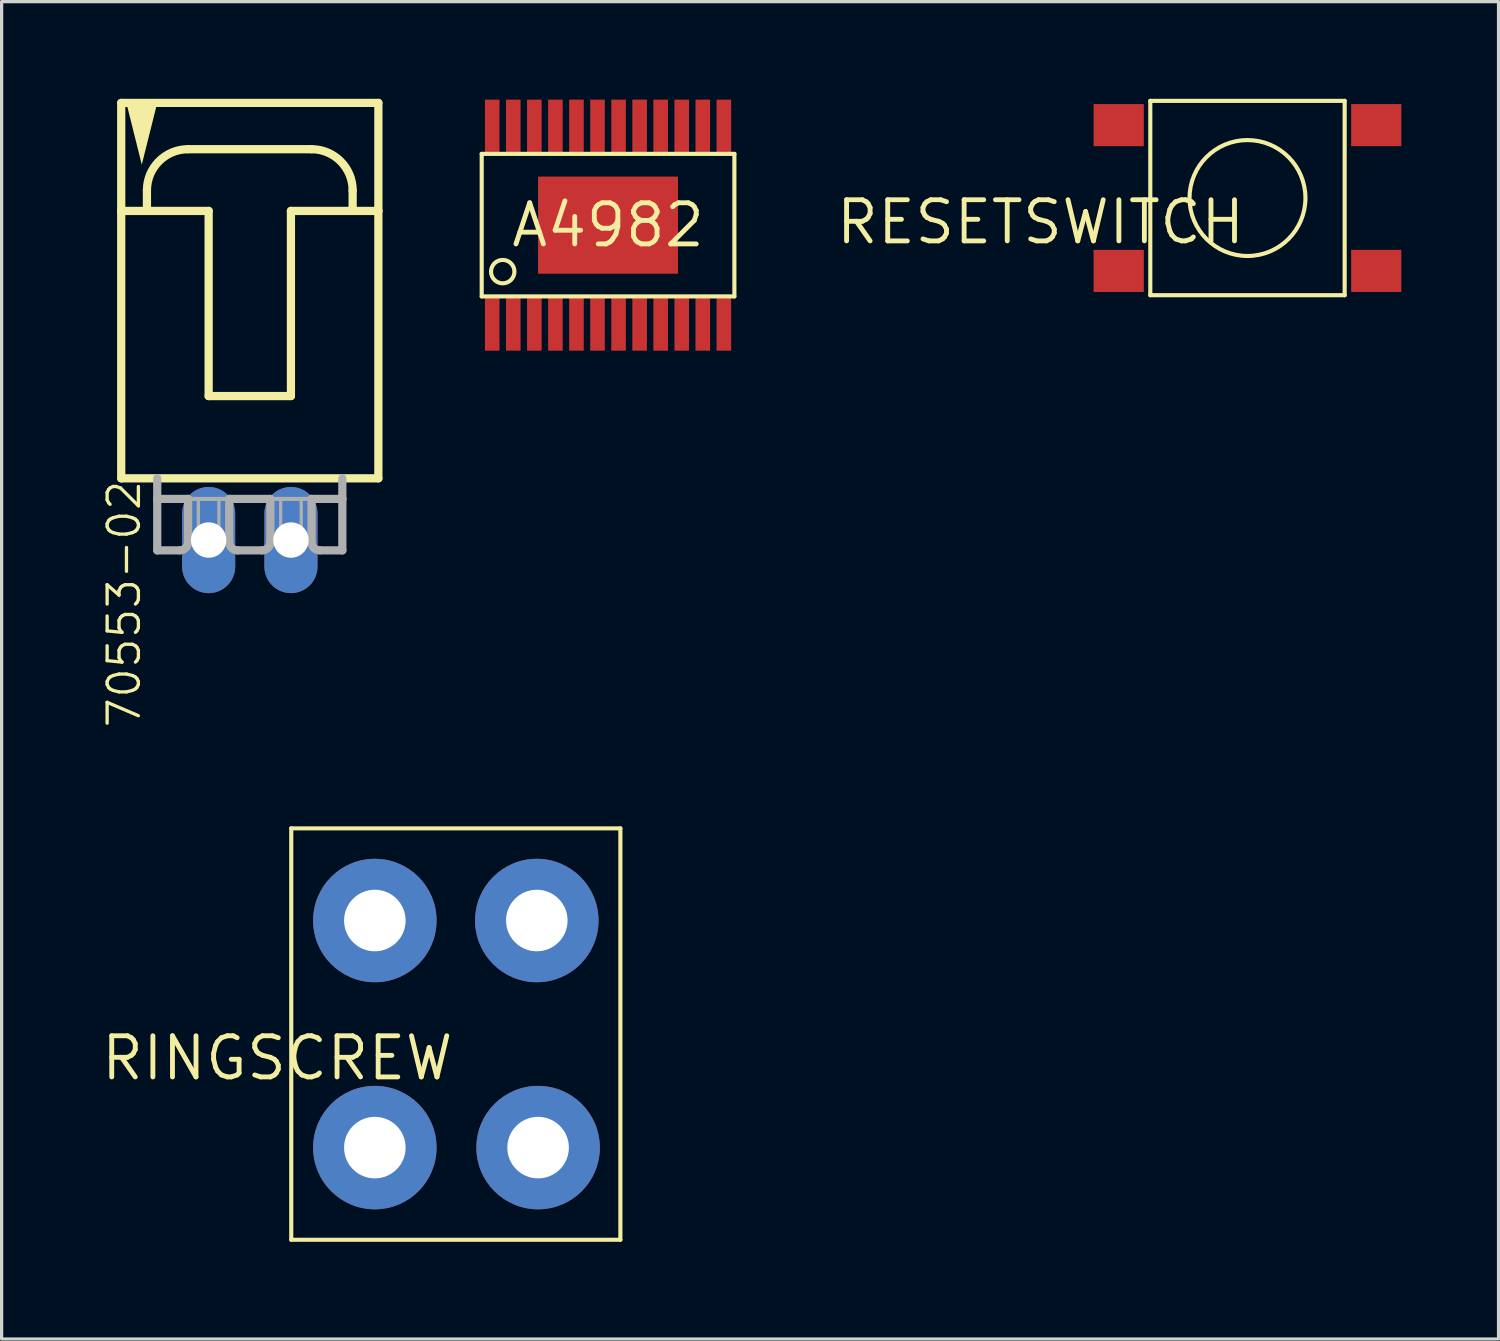
<source format=kicad_pcb>
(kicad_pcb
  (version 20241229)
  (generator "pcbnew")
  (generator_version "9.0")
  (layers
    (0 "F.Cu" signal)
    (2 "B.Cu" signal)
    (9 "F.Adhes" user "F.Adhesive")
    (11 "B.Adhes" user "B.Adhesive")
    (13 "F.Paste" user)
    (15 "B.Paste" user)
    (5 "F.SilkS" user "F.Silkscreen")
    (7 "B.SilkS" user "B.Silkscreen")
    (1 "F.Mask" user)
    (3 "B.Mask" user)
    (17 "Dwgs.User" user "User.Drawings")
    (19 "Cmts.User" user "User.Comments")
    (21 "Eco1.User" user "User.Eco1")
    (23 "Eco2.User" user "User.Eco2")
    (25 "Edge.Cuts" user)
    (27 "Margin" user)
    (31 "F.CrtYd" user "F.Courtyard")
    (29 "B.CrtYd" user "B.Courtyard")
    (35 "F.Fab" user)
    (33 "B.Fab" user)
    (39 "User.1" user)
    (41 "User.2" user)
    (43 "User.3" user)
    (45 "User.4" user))
  (footprint "A4982"
    (layer "F.Cu")
    (at 15.72 3.9)
    (property "Reference" "A4982" (at 0 0 0) (layer "F.SilkS") (effects (font (size 1.27 1.27) (thickness 0.15))))
    (attr through_hole)
    (fp_poly (pts (xy -3.85 -2.2) (xy -3.3 -2.2) (xy -3.3 -3.9) (xy -3.85 -3.9)) (stroke (width 0) (type solid)) (fill yes) (layer "F.Mask"))
    (fp_poly (pts (xy -3.85 3.9) (xy -3.3 3.9) (xy -3.3 2.2) (xy -3.85 2.2)) (stroke (width 0) (type solid)) (fill yes) (layer "F.Mask"))
    (fp_poly (pts (xy -3.2 -2.2) (xy -2.65 -2.2) (xy -2.65 -3.9) (xy -3.2 -3.9)) (stroke (width 0) (type solid)) (fill yes) (layer "F.Mask"))
    (fp_poly (pts (xy -3.2 3.9) (xy -2.65 3.9) (xy -2.65 2.2) (xy -3.2 2.2)) (stroke (width 0) (type solid)) (fill yes) (layer "F.Mask"))
    (fp_poly (pts (xy -2.55 -2.2) (xy -2 -2.2) (xy -2 -3.9) (xy -2.55 -3.9)) (stroke (width 0) (type solid)) (fill yes) (layer "F.Mask"))
    (fp_poly (pts (xy -2.55 3.9) (xy -2 3.9) (xy -2 2.2) (xy -2.55 2.2)) (stroke (width 0) (type solid)) (fill yes) (layer "F.Mask"))
    (fp_poly (pts (xy -1.9 -2.2) (xy -1.35 -2.2) (xy -1.35 -3.9) (xy -1.9 -3.9)) (stroke (width 0) (type solid)) (fill yes) (layer "F.Mask"))
    (fp_poly (pts (xy -1.9 3.9) (xy -1.35 3.9) (xy -1.35 2.2) (xy -1.9 2.2)) (stroke (width 0) (type solid)) (fill yes) (layer "F.Mask"))
    (fp_poly (pts (xy -1.25 -2.2) (xy -0.7 -2.2) (xy -0.7 -3.9) (xy -1.25 -3.9)) (stroke (width 0) (type solid)) (fill yes) (layer "F.Mask"))
    (fp_poly (pts (xy -1.25 3.9) (xy -0.7 3.9) (xy -0.7 2.2) (xy -1.25 2.2)) (stroke (width 0) (type solid)) (fill yes) (layer "F.Mask"))
    (fp_poly (pts (xy -0.6 -2.2) (xy -0.05 -2.2) (xy -0.05 -3.9) (xy -0.6 -3.9)) (stroke (width 0) (type solid)) (fill yes) (layer "F.Mask"))
    (fp_poly (pts (xy -0.6 3.9) (xy -0.05 3.9) (xy -0.05 2.2) (xy -0.6 2.2)) (stroke (width 0) (type solid)) (fill yes) (layer "F.Mask"))
    (fp_poly (pts (xy 0.05 -2.2) (xy 0.6 -2.2) (xy 0.6 -3.9) (xy 0.05 -3.9)) (stroke (width 0) (type solid)) (fill yes) (layer "F.Mask"))
    (fp_poly (pts (xy 0.05 3.9) (xy 0.6 3.9) (xy 0.6 2.2) (xy 0.05 2.2)) (stroke (width 0) (type solid)) (fill yes) (layer "F.Mask"))
    (fp_poly (pts (xy 0.7 -2.2) (xy 1.25 -2.2) (xy 1.25 -3.9) (xy 0.7 -3.9)) (stroke (width 0) (type solid)) (fill yes) (layer "F.Mask"))
    (fp_poly (pts (xy 0.7 3.9) (xy 1.25 3.9) (xy 1.25 2.2) (xy 0.7 2.2)) (stroke (width 0) (type solid)) (fill yes) (layer "F.Mask"))
    (fp_poly (pts (xy 1.35 -2.2) (xy 1.9 -2.2) (xy 1.9 -3.9) (xy 1.35 -3.9)) (stroke (width 0) (type solid)) (fill yes) (layer "F.Mask"))
    (fp_poly (pts (xy 1.35 3.9) (xy 1.9 3.9) (xy 1.9 2.2) (xy 1.35 2.2)) (stroke (width 0) (type solid)) (fill yes) (layer "F.Mask"))
    (fp_poly (pts (xy 2 -2.2) (xy 2.55 -2.2) (xy 2.55 -3.9) (xy 2 -3.9)) (stroke (width 0) (type solid)) (fill yes) (layer "F.Mask"))
    (fp_poly (pts (xy 2 3.9) (xy 2.55 3.9) (xy 2.55 2.2) (xy 2 2.2)) (stroke (width 0) (type solid)) (fill yes) (layer "F.Mask"))
    (fp_poly (pts (xy 2.65 -2.2) (xy 3.2 -2.2) (xy 3.2 -3.9) (xy 2.65 -3.9)) (stroke (width 0) (type solid)) (fill yes) (layer "F.Mask"))
    (fp_poly (pts (xy 2.65 3.9) (xy 3.2 3.9) (xy 3.2 2.2) (xy 2.65 2.2)) (stroke (width 0) (type solid)) (fill yes) (layer "F.Mask"))
    (fp_poly (pts (xy 3.3 -2.2) (xy 3.85 -2.2) (xy 3.85 -3.9) (xy 3.3 -3.9)) (stroke (width 0) (type solid)) (fill yes) (layer "F.Mask"))
    (fp_poly (pts (xy 3.3 3.9) (xy 3.85 3.9) (xy 3.85 2.2) (xy 3.3 2.2)) (stroke (width 0) (type solid)) (fill yes) (layer "F.Mask"))
    (fp_line (start -3.9 -2.2) (end 3.9 -2.2) (stroke (width 0.127) (type solid)) (layer "F.SilkS"))
    (fp_line (start -3.9 2.2) (end -3.9 -2.2) (stroke (width 0.127) (type solid)) (layer "F.SilkS"))
    (fp_line (start 3.9 -2.2) (end 3.9 2.2) (stroke (width 0.127) (type solid)) (layer "F.SilkS"))
    (fp_line (start 3.9 2.2) (end -3.9 2.2) (stroke (width 0.127) (type solid)) (layer "F.SilkS"))
    (fp_circle (center -3.251 1.435) (end -2.89 1.435) (stroke (width 0.127) (type solid)) (fill no) (layer "F.SilkS"))
    (pad "!ENABLE!" smd rect (at -2.925 -3.05) (size 0.45 1.65) (layers "F.Cu" "F.Mask" "F.Paste"))
    (pad "!RESET!" smd rect (at 0.325 3.05 180) (size 0.45 1.65) (layers "F.Cu" "F.Mask" "F.Paste"))
    (pad "!SLEEP!" smd rect (at 1.625 3.05 180) (size 0.45 1.65) (layers "F.Cu" "F.Mask" "F.Paste"))
    (pad "CP1" smd rect (at -3.575 3.05) (size 0.45 1.65) (layers "F.Cu" "F.Mask" "F.Paste"))
    (pad "CP2" smd rect (at -2.925 3.05) (size 0.45 1.65) (layers "F.Cu" "F.Mask" "F.Paste"))
    (pad "DIR" smd rect (at 2.925 -3.05 180) (size 0.45 1.65) (layers "F.Cu" "F.Mask" "F.Paste"))
    (pad "GND" smd rect (at 3.575 -3.05) (size 0.45 1.65) (layers "F.Cu" "F.Mask" "F.Paste"))
    (pad "GND@1" smd rect (at -3.575 -3.05 180) (size 0.45 1.65) (layers "F.Cu" "F.Mask" "F.Paste"))
    (pad "GND@2" smd rect (at 0 0) (size 4.32 3) (layers "F.Cu" "F.Mask" "F.Paste"))
    (pad "MS1" smd rect (at -0.975 3.05 180) (size 0.45 1.65) (layers "F.Cu" "F.Mask" "F.Paste"))
    (pad "MS2" smd rect (at -0.325 3.05) (size 0.45 1.65) (layers "F.Cu" "F.Mask" "F.Paste"))
    (pad "OUT1A" smd rect (at 0.325 -3.05 180) (size 0.45 1.65) (layers "F.Cu" "F.Mask" "F.Paste"))
    (pad "OUT1B" smd rect (at 2.275 -3.05 180) (size 0.45 1.65) (layers "F.Cu" "F.Mask" "F.Paste"))
    (pad "OUT2A" smd rect (at -0.325 -3.05) (size 0.45 1.65) (layers "F.Cu" "F.Mask" "F.Paste"))
    (pad "OUT2B" smd rect (at -2.275 -3.05 180) (size 0.45 1.65) (layers "F.Cu" "F.Mask" "F.Paste"))
    (pad "REF" smd rect (at 3.575 3.05) (size 0.45 1.65) (layers "F.Cu" "F.Mask" "F.Paste"))
    (pad "ROSC" smd rect (at 0.975 3.05) (size 0.45 1.65) (layers "F.Cu" "F.Mask" "F.Paste"))
    (pad "SENSE1" smd rect (at 0.975 -3.05) (size 0.45 1.65) (layers "F.Cu" "F.Mask" "F.Paste"))
    (pad "SENSE2" smd rect (at -0.975 -3.05 180) (size 0.45 1.65) (layers "F.Cu" "F.Mask" "F.Paste"))
    (pad "STEP" smd rect (at 2.925 3.05 180) (size 0.45 1.65) (layers "F.Cu" "F.Mask" "F.Paste"))
    (pad "VBB1" smd rect (at 1.625 -3.05 180) (size 0.45 1.65) (layers "F.Cu" "F.Mask" "F.Paste"))
    (pad "VBB2" smd rect (at -1.625 -3.05 180) (size 0.45 1.65) (layers "F.Cu" "F.Mask" "F.Paste"))
    (pad "VCP" smd rect (at -2.275 3.05 180) (size 0.45 1.65) (layers "F.Cu" "F.Mask" "F.Paste"))
    (pad "VDD" smd rect (at 2.275 3.05 180) (size 0.45 1.65) (layers "F.Cu" "F.Mask" "F.Paste"))
    (pad "VREG" smd rect (at -1.625 3.05 180) (size 0.45 1.65) (layers "F.Cu" "F.Mask" "F.Paste")))
  (footprint "70553-02"
    (layer "F.Cu")
    (at 4.661 6.001)
    (property "Reference" "70553-02" (at -4.445 5.715 90) (layer "F.SilkS") (effects (font (size 0.965 0.965) (thickness 0.102)) (justify right top)))
    (attr through_hole)
    (fp_line (start -3.969 -5.874) (end -3.969 -2.54) (stroke (width 0.254) (type solid)) (layer "F.SilkS"))
    (fp_line (start -3.969 -2.54) (end -3.969 5.715) (stroke (width 0.254) (type solid)) (layer "F.SilkS"))
    (fp_line (start -3.969 -2.54) (end -3.175 -2.54) (stroke (width 0.254) (type solid)) (layer "F.SilkS"))
    (fp_line (start -3.969 5.715) (end 3.969 5.715) (stroke (width 0.254) (type solid)) (layer "F.SilkS"))
    (fp_line (start -3.175 -2.54) (end -3.175 -3.175) (stroke (width 0.254) (type solid)) (layer "F.SilkS"))
    (fp_line (start -3.175 -2.54) (end -1.27 -2.54) (stroke (width 0.254) (type solid)) (layer "F.SilkS"))
    (fp_line (start -1.905 -4.445) (end 1.905 -4.445) (stroke (width 0.254) (type solid)) (layer "F.SilkS"))
    (fp_line (start -1.27 -2.54) (end -1.27 3.175) (stroke (width 0.254) (type solid)) (layer "F.SilkS"))
    (fp_line (start -1.27 3.175) (end 1.27 3.175) (stroke (width 0.254) (type solid)) (layer "F.SilkS"))
    (fp_line (start 1.27 -2.54) (end 3.175 -2.54) (stroke (width 0.254) (type solid)) (layer "F.SilkS"))
    (fp_line (start 1.27 3.175) (end 1.27 -2.54) (stroke (width 0.254) (type solid)) (layer "F.SilkS"))
    (fp_line (start 3.175 -3.175) (end 3.175 -2.54) (stroke (width 0.254) (type solid)) (layer "F.SilkS"))
    (fp_line (start 3.175 -2.54) (end 3.969 -2.54) (stroke (width 0.254) (type solid)) (layer "F.SilkS"))
    (fp_line (start 3.969 -5.874) (end -3.969 -5.874) (stroke (width 0.254) (type solid)) (layer "F.SilkS"))
    (fp_line (start 3.969 -2.54) (end 3.969 -5.874) (stroke (width 0.254) (type solid)) (layer "F.SilkS"))
    (fp_line (start 3.969 5.715) (end 3.969 -2.54) (stroke (width 0.254) (type solid)) (layer "F.SilkS"))
    (fp_arc (start -3.175 -3.175) (mid -2.803026 -4.073026) (end -1.905 -4.445) (stroke (width 0.254) (type solid)) (layer "F.SilkS"))
    (fp_arc (start 1.905 -4.445) (mid 2.803026 -4.073026) (end 3.175 -3.175) (stroke (width 0.254) (type solid)) (layer "F.SilkS"))
    (fp_poly (pts (xy -3.81 -5.874) (xy -3.334 -3.969) (xy -2.857 -5.874)) (stroke (width 0) (type solid)) (fill yes) (layer "F.SilkS"))
    (fp_line (start -2.857 5.715) (end -2.857 6.35) (stroke (width 0.254) (type solid)) (layer "F.Fab"))
    (fp_line (start -2.857 6.35) (end -2.857 7.938) (stroke (width 0.254) (type solid)) (layer "F.Fab"))
    (fp_line (start -2.857 6.35) (end -1.905 6.35) (stroke (width 0.254) (type solid)) (layer "F.Fab"))
    (fp_line (start -2.159 7.938) (end -2.857 7.938) (stroke (width 0.254) (type solid)) (layer "F.Fab"))
    (fp_line (start -1.905 6.35) (end -1.905 7.684) (stroke (width 0.254) (type solid)) (layer "F.Fab"))
    (fp_line (start -1.905 6.35) (end -0.635 6.35) (stroke (width 0.127) (type solid)) (layer "F.Fab"))
    (fp_line (start -0.635 6.35) (end -0.635 7.684) (stroke (width 0.254) (type solid)) (layer "F.Fab"))
    (fp_line (start -0.635 6.35) (end 0.635 6.35) (stroke (width 0.254) (type solid)) (layer "F.Fab"))
    (fp_line (start 0.381 7.938) (end -0.381 7.938) (stroke (width 0.254) (type solid)) (layer "F.Fab"))
    (fp_line (start 0.635 6.35) (end 0.635 7.684) (stroke (width 0.254) (type solid)) (layer "F.Fab"))
    (fp_line (start 0.635 6.35) (end 1.905 6.35) (stroke (width 0.127) (type solid)) (layer "F.Fab"))
    (fp_line (start 1.905 6.35) (end 1.905 7.684) (stroke (width 0.254) (type solid)) (layer "F.Fab"))
    (fp_line (start 1.905 6.35) (end 2.857 6.35) (stroke (width 0.254) (type solid)) (layer "F.Fab"))
    (fp_line (start 2.159 7.938) (end 2.857 7.938) (stroke (width 0.254) (type solid)) (layer "F.Fab"))
    (fp_line (start 2.857 6.35) (end 2.857 5.715) (stroke (width 0.254) (type solid)) (layer "F.Fab"))
    (fp_line (start 2.857 7.938) (end 2.857 6.35) (stroke (width 0.254) (type solid)) (layer "F.Fab"))
    (fp_arc (start -1.905 7.6835) (mid -1.979395 7.863105) (end -2.159 7.9375) (stroke (width 0.254) (type solid)) (layer "F.Fab"))
    (fp_arc (start -0.381 7.9375) (mid -0.560605 7.863105) (end -0.635 7.6835) (stroke (width 0.254) (type solid)) (layer "F.Fab"))
    (fp_arc (start 0.635 7.6835) (mid 0.560605 7.863105) (end 0.381 7.9375) (stroke (width 0.254) (type solid)) (layer "F.Fab"))
    (fp_arc (start 2.159 7.9375) (mid 1.979395 7.863105) (end 1.905 7.6835) (stroke (width 0.254) (type solid)) (layer "F.Fab"))
    (fp_poly (pts (xy -1.587 7.62) (xy -0.953 7.62) (xy -0.953 6.35) (xy -1.587 6.35)) (stroke (width 0.1) (type solid)) (fill no) (layer "F.Fab"))
    (fp_poly (pts (xy 0.953 7.62) (xy 1.587 7.62) (xy 1.587 6.35) (xy 0.953 6.35)) (stroke (width 0.1) (type solid)) (fill no) (layer "F.Fab"))
    (pad "1" thru_hole oval (at -1.27 7.62 90) (size 3.277 1.638) (drill 1.092) (layers "*.Cu" "*.Mask"))
    (pad "2" thru_hole oval (at 1.27 7.62 90) (size 3.277 1.638) (drill 1.092) (layers "*.Cu" "*.Mask")))
  (footprint "RESETSWITCH"
    (layer "F.Cu")
    (at 35.459 3.063)
    (property "Reference" "RESETSWITCH" (at 0 0 0) (layer "F.SilkS") (effects (font (size 1.27 1.27) (thickness 0.15)) (justify right top)))
    (attr through_hole)
    (fp_line (start -3 -3) (end -3 3) (stroke (width 0.127) (type solid)) (layer "F.SilkS"))
    (fp_line (start -3 3) (end 3 3) (stroke (width 0.127) (type solid)) (layer "F.SilkS"))
    (fp_line (start 3 -3) (end -3 -3) (stroke (width 0.127) (type solid)) (layer "F.SilkS"))
    (fp_line (start 3 3) (end 3 -3) (stroke (width 0.127) (type solid)) (layer "F.SilkS"))
    (fp_circle (center 0 0) (end 1.789 0) (stroke (width 0.127) (type solid)) (fill no) (layer "F.SilkS"))
    (pad "1" smd rect (at -3.975 -2.25) (size 1.55 1.3) (layers "F.Cu" "F.Mask" "F.Paste"))
    (pad "2" smd rect (at 3.975 -2.25) (size 1.55 1.3) (layers "F.Cu" "F.Mask" "F.Paste"))
    (pad "3" smd rect (at -3.975 2.25) (size 1.55 1.3) (layers "F.Cu" "F.Mask" "F.Paste"))
    (pad "4" smd rect (at 3.975 2.25) (size 1.55 1.3) (layers "F.Cu" "F.Mask" "F.Paste")))
  (footprint "RINGSCREW"
    (layer "F.Cu")
    (at 11.021 28.871)
    (property "Reference" "RINGSCREW" (at 0 0 0) (layer "F.SilkS") (effects (font (size 1.27 1.27) (thickness 0.15)) (justify right top)))
    (attr through_hole)
    (fp_line (start -5.08 -6.35) (end -5.08 6.35) (stroke (width 0.127) (type solid)) (layer "F.SilkS"))
    (fp_line (start -5.08 6.35) (end 5.08 6.35) (stroke (width 0.127) (type solid)) (layer "F.SilkS"))
    (fp_line (start 5.08 -6.35) (end -5.08 -6.35) (stroke (width 0.127) (type solid)) (layer "F.SilkS"))
    (fp_line (start 5.08 6.35) (end 5.08 -6.35) (stroke (width 0.127) (type solid)) (layer "F.SilkS"))
    (pad "1" thru_hole circle (at -2.5 -3.505) (size 3.81 3.81) (drill 1.9) (layers "*.Cu" "*.Mask"))
    (pad "2" thru_hole circle (at 2.5 -3.505) (size 3.81 3.81) (drill 1.9) (layers "*.Cu" "*.Mask"))
    (pad "3" thru_hole circle (at -2.5 3.505) (size 3.81 3.81) (drill 1.9) (layers "*.Cu" "*.Mask"))
    (pad "4" thru_hole circle (at 2.54 3.505) (size 3.81 3.81) (drill 1.9) (layers "*.Cu" "*.Mask")))
  (gr_rect
    (start -3 -3)
    (end 43.209 38.284)
    (stroke (width 0.1) (type default))
    (fill no)
    (layer "Edge.Cuts")))
</source>
